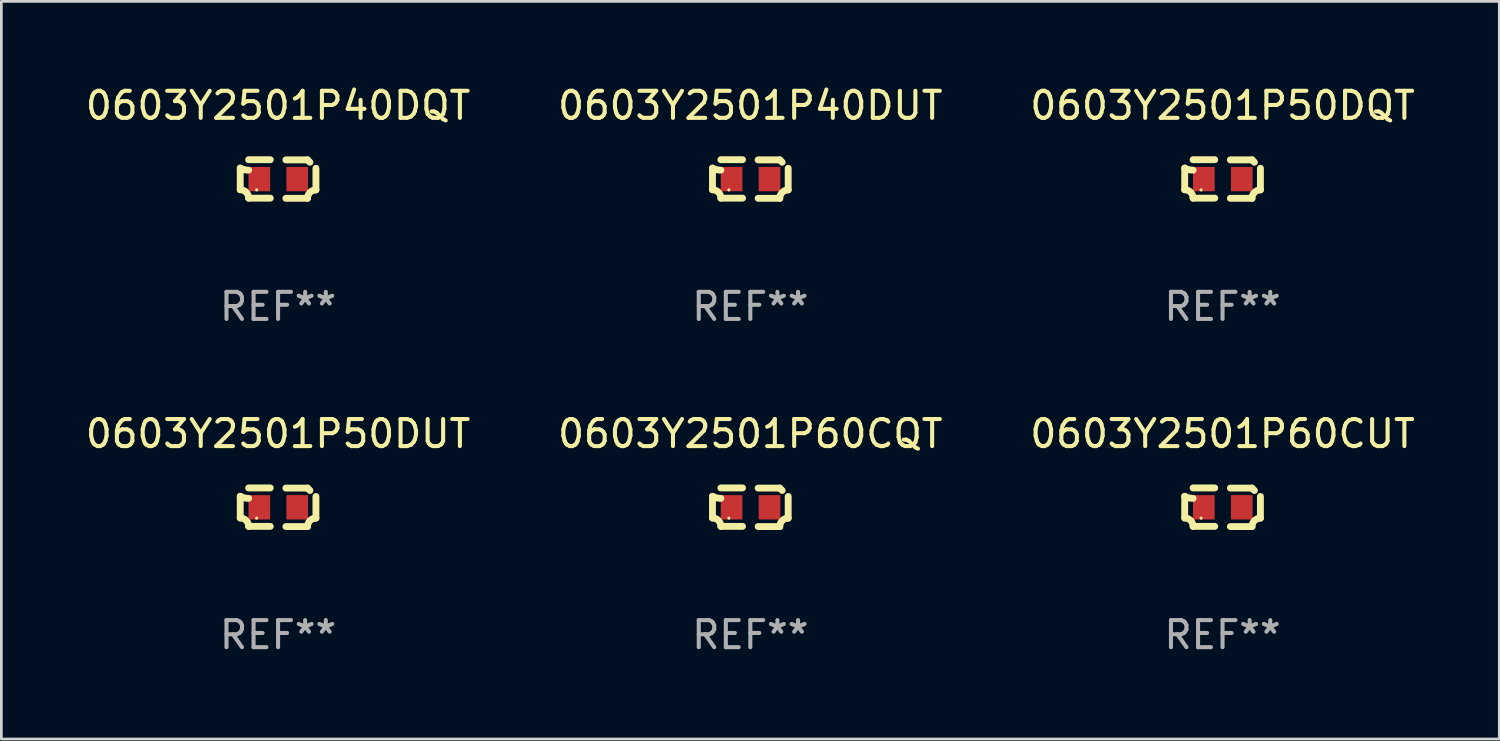
<source format=kicad_pcb>
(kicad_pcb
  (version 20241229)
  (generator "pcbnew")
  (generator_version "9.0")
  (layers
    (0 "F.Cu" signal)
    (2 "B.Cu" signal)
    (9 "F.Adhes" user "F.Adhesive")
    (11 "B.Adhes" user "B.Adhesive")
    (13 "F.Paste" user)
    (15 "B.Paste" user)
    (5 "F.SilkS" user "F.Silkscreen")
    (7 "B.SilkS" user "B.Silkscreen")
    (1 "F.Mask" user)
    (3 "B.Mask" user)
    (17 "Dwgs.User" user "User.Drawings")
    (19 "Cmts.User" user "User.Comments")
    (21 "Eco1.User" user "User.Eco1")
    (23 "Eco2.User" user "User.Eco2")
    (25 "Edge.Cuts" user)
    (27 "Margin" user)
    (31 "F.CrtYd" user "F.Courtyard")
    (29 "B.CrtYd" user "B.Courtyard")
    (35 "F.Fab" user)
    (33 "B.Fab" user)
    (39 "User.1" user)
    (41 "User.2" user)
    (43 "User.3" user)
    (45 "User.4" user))
  (footprint "0603Y2501P40DUT"
    (layer "F.Cu")
    (at 24.661 3.561)
    (property "Reference" "0603Y2501P40DUT" (at 0 -2.713 0) (layer "F.SilkS") (effects (font (size 1 1) (thickness 0.15))))
    (attr through_hole)
    (fp_line (start -1.398 -0.403) (end -1.398 0.397) (stroke (width 0.254) (type solid)) (layer "F.SilkS"))
    (fp_line (start -0.288 -0.713) (end -1.088 -0.713) (stroke (width 0.254) (type solid)) (layer "F.SilkS"))
    (fp_line (start -0.288 0.707) (end -1.088 0.707) (stroke (width 0.254) (type solid)) (layer "F.SilkS"))
    (fp_line (start 0.288 -0.707) (end 1.088 -0.707) (stroke (width 0.254) (type solid)) (layer "F.SilkS"))
    (fp_line (start 0.288 0.713) (end 1.088 0.713) (stroke (width 0.254) (type solid)) (layer "F.SilkS"))
    (fp_line (start 1.398 -0.397) (end 1.398 0.403) (stroke (width 0.254) (type solid)) (layer "F.SilkS"))
    (fp_arc (start -1.397789 0.397066) (mid -1.178701 0.487826) (end -1.08796 0.706922) (stroke (width 0.254001) (type solid)) (layer "F.SilkS"))
    (fp_arc (start -1.08796 -0.327176) (mid -1.247436 -0.346384) (end -1.39779 -0.402908) (stroke (width 0.254001) (type solid)) (layer "F.SilkS"))
    (fp_arc (start 1.087909 0.712738) (mid 1.178656 0.493655) (end 1.397739 0.402908) (stroke (width 0.254001) (type solid)) (layer "F.SilkS"))
    (fp_arc (start 1.175925 -0.618926) (mid 1.131917 -0.662923) (end 1.08791 -0.706922) (stroke (width 0.254001) (type solid)) (layer "F.SilkS"))
    (fp_circle (center -0.792 0.403) (end -0.762 0.403) (stroke (width 0.06) (type solid)) (fill no) (layer "F.SilkS"))
    (fp_text user "REF**" (at 0 4.713 0) (layer "F.Fab") (effects (font (size 1 1) (thickness 0.15))))
    (pad "1" smd rect (at -0.692 0.003) (size 0.8 0.9) (layers "F.Cu" "F.Mask" "F.Paste"))
    (pad "2" smd rect (at 0.708 0.003) (size 0.8 0.9) (layers "F.Cu" "F.Mask" "F.Paste")))
  (footprint "0603Y2501P40DQT"
    (layer "F.Cu")
    (at 7.22 3.561)
    (property "Reference" "0603Y2501P40DQT" (at 0 -2.713 0) (layer "F.SilkS") (effects (font (size 1 1) (thickness 0.15))))
    (attr through_hole)
    (fp_line (start -1.398 -0.403) (end -1.398 0.397) (stroke (width 0.254) (type solid)) (layer "F.SilkS"))
    (fp_line (start -0.288 -0.713) (end -1.088 -0.713) (stroke (width 0.254) (type solid)) (layer "F.SilkS"))
    (fp_line (start -0.288 0.707) (end -1.088 0.707) (stroke (width 0.254) (type solid)) (layer "F.SilkS"))
    (fp_line (start 0.288 -0.707) (end 1.088 -0.707) (stroke (width 0.254) (type solid)) (layer "F.SilkS"))
    (fp_line (start 0.288 0.713) (end 1.088 0.713) (stroke (width 0.254) (type solid)) (layer "F.SilkS"))
    (fp_line (start 1.398 -0.397) (end 1.398 0.403) (stroke (width 0.254) (type solid)) (layer "F.SilkS"))
    (fp_arc (start -1.397789 0.397066) (mid -1.178701 0.487826) (end -1.08796 0.706922) (stroke (width 0.254001) (type solid)) (layer "F.SilkS"))
    (fp_arc (start -1.08796 -0.327176) (mid -1.247436 -0.346384) (end -1.39779 -0.402908) (stroke (width 0.254001) (type solid)) (layer "F.SilkS"))
    (fp_arc (start 1.087909 0.712738) (mid 1.178656 0.493655) (end 1.397739 0.402908) (stroke (width 0.254001) (type solid)) (layer "F.SilkS"))
    (fp_arc (start 1.175925 -0.618926) (mid 1.131917 -0.662923) (end 1.08791 -0.706922) (stroke (width 0.254001) (type solid)) (layer "F.SilkS"))
    (fp_circle (center -0.792 0.403) (end -0.762 0.403) (stroke (width 0.06) (type solid)) (fill no) (layer "F.SilkS"))
    (fp_text user "REF**" (at 0 4.713 0) (layer "F.Fab") (effects (font (size 1 1) (thickness 0.15))))
    (pad "1" smd rect (at -0.692 0.003) (size 0.8 0.9) (layers "F.Cu" "F.Mask" "F.Paste"))
    (pad "2" smd rect (at 0.708 0.003) (size 0.8 0.9) (layers "F.Cu" "F.Mask" "F.Paste")))
  (footprint "0603Y2501P50DUT"
    (layer "F.Cu")
    (at 7.22 15.683)
    (property "Reference" "0603Y2501P50DUT" (at 0 -2.713 0) (layer "F.SilkS") (effects (font (size 1 1) (thickness 0.15))))
    (attr through_hole)
    (fp_line (start -1.398 -0.403) (end -1.398 0.397) (stroke (width 0.254) (type solid)) (layer "F.SilkS"))
    (fp_line (start -0.288 -0.713) (end -1.088 -0.713) (stroke (width 0.254) (type solid)) (layer "F.SilkS"))
    (fp_line (start -0.288 0.707) (end -1.088 0.707) (stroke (width 0.254) (type solid)) (layer "F.SilkS"))
    (fp_line (start 0.288 -0.707) (end 1.088 -0.707) (stroke (width 0.254) (type solid)) (layer "F.SilkS"))
    (fp_line (start 0.288 0.713) (end 1.088 0.713) (stroke (width 0.254) (type solid)) (layer "F.SilkS"))
    (fp_line (start 1.398 -0.397) (end 1.398 0.403) (stroke (width 0.254) (type solid)) (layer "F.SilkS"))
    (fp_arc (start -1.397789 0.397066) (mid -1.178701 0.487826) (end -1.08796 0.706922) (stroke (width 0.254001) (type solid)) (layer "F.SilkS"))
    (fp_arc (start -1.08796 -0.327176) (mid -1.247436 -0.346384) (end -1.39779 -0.402908) (stroke (width 0.254001) (type solid)) (layer "F.SilkS"))
    (fp_arc (start 1.087909 0.712738) (mid 1.178656 0.493655) (end 1.397739 0.402908) (stroke (width 0.254001) (type solid)) (layer "F.SilkS"))
    (fp_arc (start 1.175925 -0.618926) (mid 1.131917 -0.662923) (end 1.08791 -0.706922) (stroke (width 0.254001) (type solid)) (layer "F.SilkS"))
    (fp_circle (center -0.792 0.403) (end -0.762 0.403) (stroke (width 0.06) (type solid)) (fill no) (layer "F.SilkS"))
    (fp_text user "REF**" (at 0 4.713 0) (layer "F.Fab") (effects (font (size 1 1) (thickness 0.15))))
    (pad "1" smd rect (at -0.692 0.003) (size 0.8 0.9) (layers "F.Cu" "F.Mask" "F.Paste"))
    (pad "2" smd rect (at 0.708 0.003) (size 0.8 0.9) (layers "F.Cu" "F.Mask" "F.Paste")))
  (footprint "0603Y2501P50DQT"
    (layer "F.Cu")
    (at 42.101 3.561)
    (property "Reference" "0603Y2501P50DQT" (at 0 -2.713 0) (layer "F.SilkS") (effects (font (size 1 1) (thickness 0.15))))
    (attr through_hole)
    (fp_line (start -1.398 -0.403) (end -1.398 0.397) (stroke (width 0.254) (type solid)) (layer "F.SilkS"))
    (fp_line (start -0.288 -0.713) (end -1.088 -0.713) (stroke (width 0.254) (type solid)) (layer "F.SilkS"))
    (fp_line (start -0.288 0.707) (end -1.088 0.707) (stroke (width 0.254) (type solid)) (layer "F.SilkS"))
    (fp_line (start 0.288 -0.707) (end 1.088 -0.707) (stroke (width 0.254) (type solid)) (layer "F.SilkS"))
    (fp_line (start 0.288 0.713) (end 1.088 0.713) (stroke (width 0.254) (type solid)) (layer "F.SilkS"))
    (fp_line (start 1.398 -0.397) (end 1.398 0.403) (stroke (width 0.254) (type solid)) (layer "F.SilkS"))
    (fp_arc (start -1.397789 0.397066) (mid -1.178701 0.487826) (end -1.08796 0.706922) (stroke (width 0.254001) (type solid)) (layer "F.SilkS"))
    (fp_arc (start -1.08796 -0.327176) (mid -1.247436 -0.346384) (end -1.39779 -0.402908) (stroke (width 0.254001) (type solid)) (layer "F.SilkS"))
    (fp_arc (start 1.087909 0.712738) (mid 1.178656 0.493655) (end 1.397739 0.402908) (stroke (width 0.254001) (type solid)) (layer "F.SilkS"))
    (fp_arc (start 1.175925 -0.618926) (mid 1.131917 -0.662923) (end 1.08791 -0.706922) (stroke (width 0.254001) (type solid)) (layer "F.SilkS"))
    (fp_circle (center -0.792 0.403) (end -0.762 0.403) (stroke (width 0.06) (type solid)) (fill no) (layer "F.SilkS"))
    (fp_text user "REF**" (at 0 4.713 0) (layer "F.Fab") (effects (font (size 1 1) (thickness 0.15))))
    (pad "1" smd rect (at -0.692 0.003) (size 0.8 0.9) (layers "F.Cu" "F.Mask" "F.Paste"))
    (pad "2" smd rect (at 0.708 0.003) (size 0.8 0.9) (layers "F.Cu" "F.Mask" "F.Paste")))
  (footprint "0603Y2501P60CQT"
    (layer "F.Cu")
    (at 24.661 15.683)
    (property "Reference" "0603Y2501P60CQT" (at 0 -2.713 0) (layer "F.SilkS") (effects (font (size 1 1) (thickness 0.15))))
    (attr through_hole)
    (fp_line (start -1.398 -0.403) (end -1.398 0.397) (stroke (width 0.254) (type solid)) (layer "F.SilkS"))
    (fp_line (start -0.288 -0.713) (end -1.088 -0.713) (stroke (width 0.254) (type solid)) (layer "F.SilkS"))
    (fp_line (start -0.288 0.707) (end -1.088 0.707) (stroke (width 0.254) (type solid)) (layer "F.SilkS"))
    (fp_line (start 0.288 -0.707) (end 1.088 -0.707) (stroke (width 0.254) (type solid)) (layer "F.SilkS"))
    (fp_line (start 0.288 0.713) (end 1.088 0.713) (stroke (width 0.254) (type solid)) (layer "F.SilkS"))
    (fp_line (start 1.398 -0.397) (end 1.398 0.403) (stroke (width 0.254) (type solid)) (layer "F.SilkS"))
    (fp_arc (start -1.397789 0.397066) (mid -1.178701 0.487826) (end -1.08796 0.706922) (stroke (width 0.254001) (type solid)) (layer "F.SilkS"))
    (fp_arc (start -1.08796 -0.327176) (mid -1.247436 -0.346384) (end -1.39779 -0.402908) (stroke (width 0.254001) (type solid)) (layer "F.SilkS"))
    (fp_arc (start 1.087909 0.712738) (mid 1.178656 0.493655) (end 1.397739 0.402908) (stroke (width 0.254001) (type solid)) (layer "F.SilkS"))
    (fp_arc (start 1.175925 -0.618926) (mid 1.131917 -0.662923) (end 1.08791 -0.706922) (stroke (width 0.254001) (type solid)) (layer "F.SilkS"))
    (fp_circle (center -0.792 0.403) (end -0.762 0.403) (stroke (width 0.06) (type solid)) (fill no) (layer "F.SilkS"))
    (fp_text user "REF**" (at 0 4.713 0) (layer "F.Fab") (effects (font (size 1 1) (thickness 0.15))))
    (pad "1" smd rect (at -0.692 0.003) (size 0.8 0.9) (layers "F.Cu" "F.Mask" "F.Paste"))
    (pad "2" smd rect (at 0.708 0.003) (size 0.8 0.9) (layers "F.Cu" "F.Mask" "F.Paste")))
  (footprint "0603Y2501P60CUT"
    (layer "F.Cu")
    (at 42.101 15.683)
    (property "Reference" "0603Y2501P60CUT" (at 0 -2.713 0) (layer "F.SilkS") (effects (font (size 1 1) (thickness 0.15))))
    (attr through_hole)
    (fp_line (start -1.398 -0.403) (end -1.398 0.397) (stroke (width 0.254) (type solid)) (layer "F.SilkS"))
    (fp_line (start -0.288 -0.713) (end -1.088 -0.713) (stroke (width 0.254) (type solid)) (layer "F.SilkS"))
    (fp_line (start -0.288 0.707) (end -1.088 0.707) (stroke (width 0.254) (type solid)) (layer "F.SilkS"))
    (fp_line (start 0.288 -0.707) (end 1.088 -0.707) (stroke (width 0.254) (type solid)) (layer "F.SilkS"))
    (fp_line (start 0.288 0.713) (end 1.088 0.713) (stroke (width 0.254) (type solid)) (layer "F.SilkS"))
    (fp_line (start 1.398 -0.397) (end 1.398 0.403) (stroke (width 0.254) (type solid)) (layer "F.SilkS"))
    (fp_arc (start -1.397789 0.397066) (mid -1.178701 0.487826) (end -1.08796 0.706922) (stroke (width 0.254001) (type solid)) (layer "F.SilkS"))
    (fp_arc (start -1.08796 -0.327176) (mid -1.247436 -0.346384) (end -1.39779 -0.402908) (stroke (width 0.254001) (type solid)) (layer "F.SilkS"))
    (fp_arc (start 1.087909 0.712738) (mid 1.178656 0.493655) (end 1.397739 0.402908) (stroke (width 0.254001) (type solid)) (layer "F.SilkS"))
    (fp_arc (start 1.175925 -0.618926) (mid 1.131917 -0.662923) (end 1.08791 -0.706922) (stroke (width 0.254001) (type solid)) (layer "F.SilkS"))
    (fp_circle (center -0.792 0.403) (end -0.762 0.403) (stroke (width 0.06) (type solid)) (fill no) (layer "F.SilkS"))
    (fp_text user "REF**" (at 0 4.713 0) (layer "F.Fab") (effects (font (size 1 1) (thickness 0.15))))
    (pad "1" smd rect (at -0.692 0.003) (size 0.8 0.9) (layers "F.Cu" "F.Mask" "F.Paste"))
    (pad "2" smd rect (at 0.708 0.003) (size 0.8 0.9) (layers "F.Cu" "F.Mask" "F.Paste")))
  (gr_rect
    (start -3 -3)
    (end 52.321 24.244)
    (stroke (width 0.1) (type default))
    (fill no)
    (layer "Edge.Cuts")))
</source>
